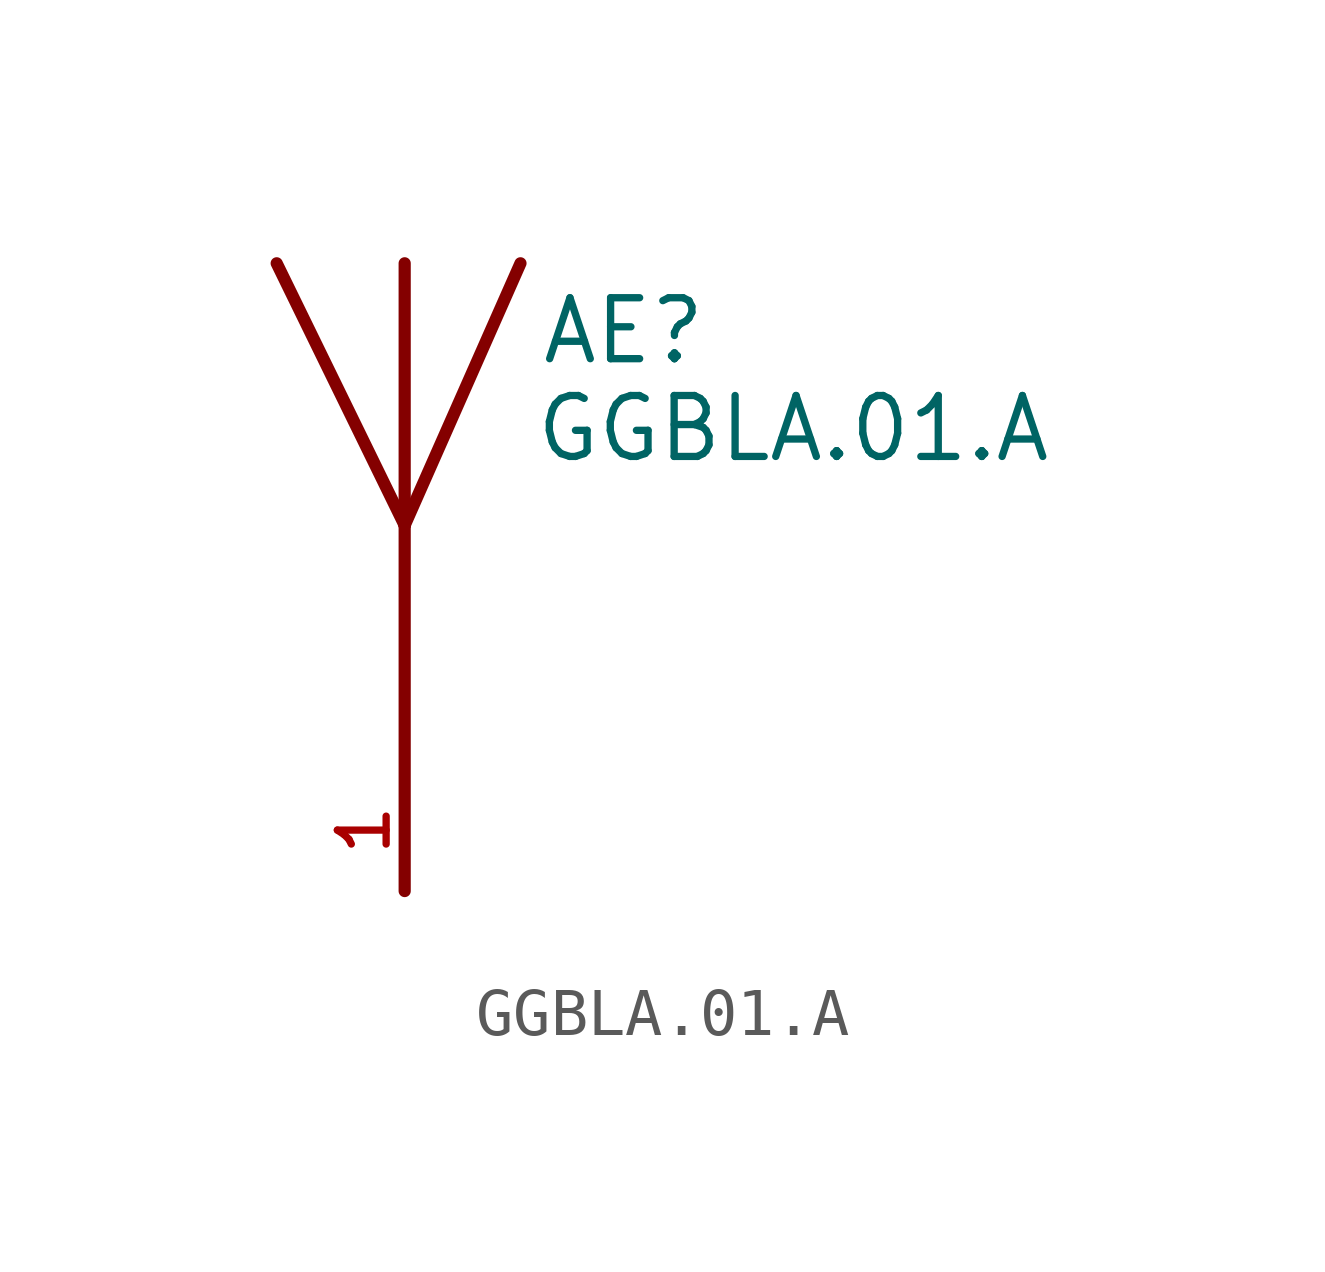
<source format=kicad_sym>
(kicad_symbol_lib
  (version 20211014)
  (generator kicad_symbol_editor)
  (symbol "GGBLA.01.A"
    (pin_names
      (offset 1.016))
    (property "Reference" "AE"
      (at 2.8 5.85 0)
      (effects (font (size 1.27 1.27)) (justify bottom left)))
    (property "Value" "GGBLA.01.A"
      (at 2.673 3.813 0)
      (effects (font (size 1.27 1.27)) (justify bottom left)))
    (symbol "GGBLA.01.A_0_0"
      (polyline (pts (xy 2.413 8.001) (xy 0.0 2.54)) (stroke (width 0.254)))
      (polyline (pts (xy 0.0 2.54) (xy -2.667 8.001)) (stroke (width 0.254)))
      (polyline (pts (xy 0.0 8.001) (xy 0.0 2.54)) (stroke (width 0.254)))
      (polyline (pts (xy 0.0 2.54) (xy 0.0 -5.08)) (stroke (width 0.254)))
      (pin input line (at 0.0 -5.08 90.0) (length 2.54) (name "~" (effects (font (size 1.016 1.016)))) (number "1" (effects (font (size 1.016 1.016))))))))
</source>
